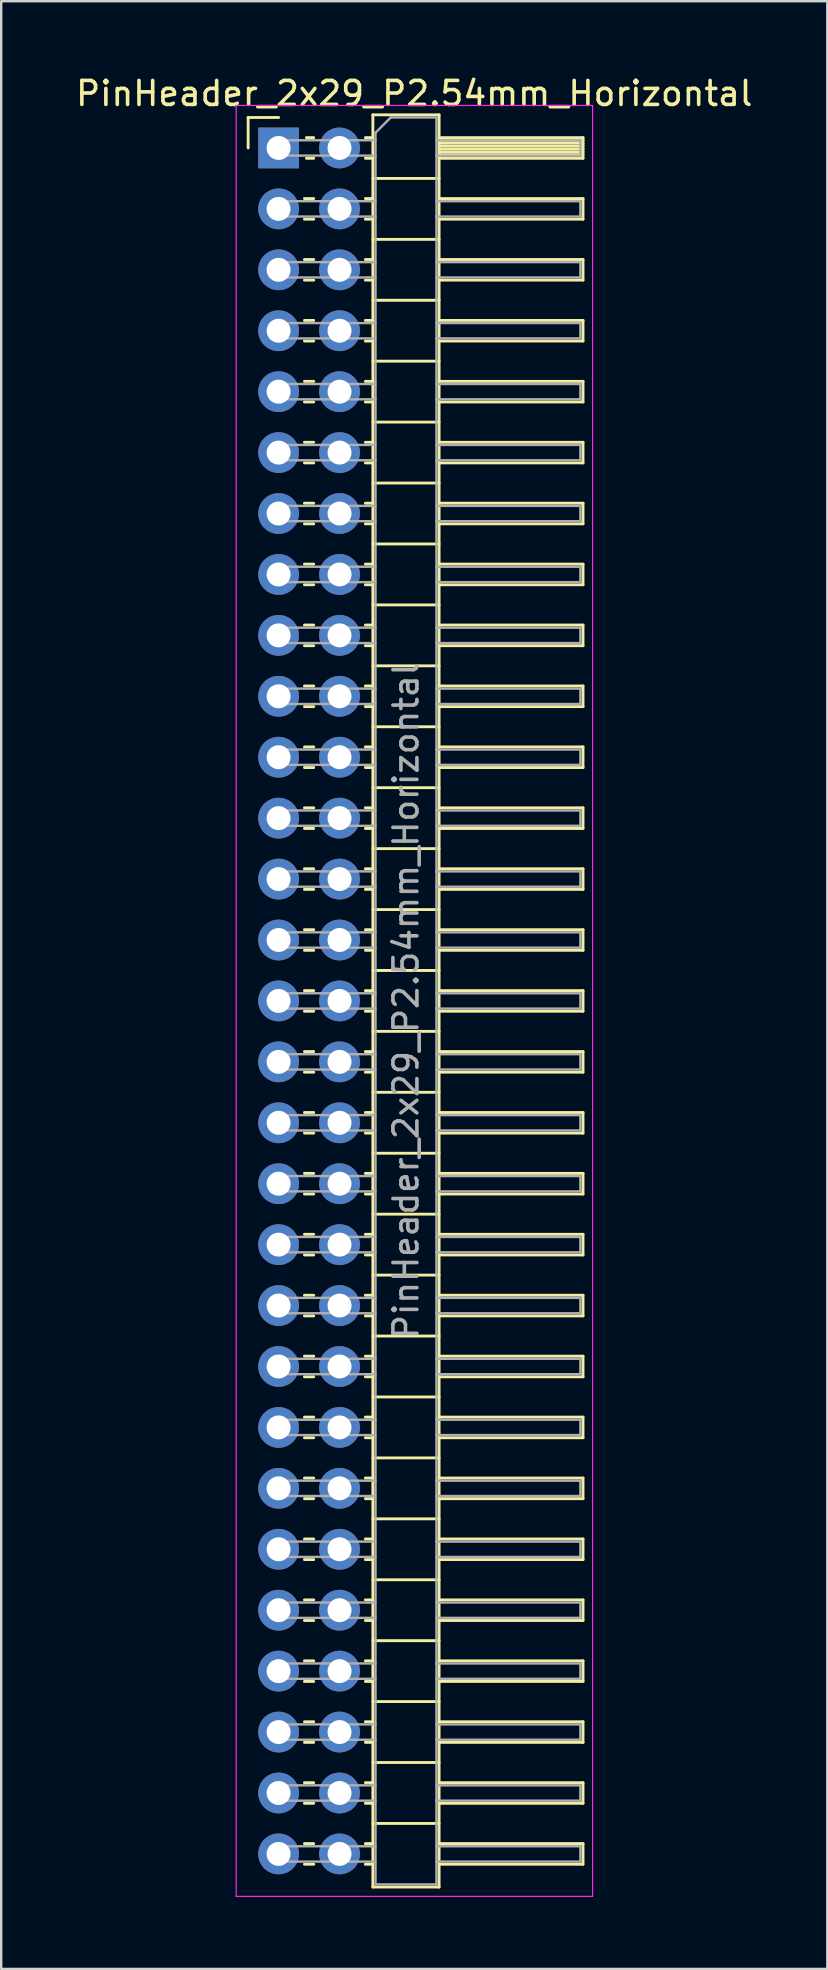
<source format=kicad_pcb>
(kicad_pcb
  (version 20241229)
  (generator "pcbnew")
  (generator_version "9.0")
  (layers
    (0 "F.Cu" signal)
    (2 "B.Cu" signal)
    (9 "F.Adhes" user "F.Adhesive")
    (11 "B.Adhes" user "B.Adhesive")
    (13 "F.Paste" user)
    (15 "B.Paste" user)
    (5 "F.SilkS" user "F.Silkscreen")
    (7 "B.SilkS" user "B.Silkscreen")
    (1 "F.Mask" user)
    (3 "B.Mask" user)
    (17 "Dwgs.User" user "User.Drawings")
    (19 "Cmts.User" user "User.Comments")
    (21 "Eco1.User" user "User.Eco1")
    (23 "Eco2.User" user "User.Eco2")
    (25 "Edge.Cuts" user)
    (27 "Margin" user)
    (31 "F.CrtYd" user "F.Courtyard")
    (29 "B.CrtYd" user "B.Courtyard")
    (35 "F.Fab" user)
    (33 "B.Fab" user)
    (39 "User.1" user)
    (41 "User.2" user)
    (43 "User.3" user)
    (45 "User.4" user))
  (footprint "PinHeader_2x29_P2.54mm_Horizontal"
    (layer "F.Cu")
    (at 8.565 3.118)
    (property "Reference" "PinHeader_2x29_P2.54mm_Horizontal" (at 5.655 -2.27 0) (layer "F.SilkS") (effects (font (size 1 1) (thickness 0.15))))
    (attr through_hole)
    (fp_line (start -1.27 -1.27) (end 0 -1.27) (stroke (width 0.12) (type solid)) (layer "F.SilkS"))
    (fp_line (start -1.27 0) (end -1.27 -1.27) (stroke (width 0.12) (type solid)) (layer "F.SilkS"))
    (fp_line (start 1.077 2.11) (end 1.463 2.11) (stroke (width 0.12) (type solid)) (layer "F.SilkS"))
    (fp_line (start 1.077 2.97) (end 1.463 2.97) (stroke (width 0.12) (type solid)) (layer "F.SilkS"))
    (fp_line (start 1.077 4.65) (end 1.463 4.65) (stroke (width 0.12) (type solid)) (layer "F.SilkS"))
    (fp_line (start 1.077 5.51) (end 1.463 5.51) (stroke (width 0.12) (type solid)) (layer "F.SilkS"))
    (fp_line (start 1.077 7.19) (end 1.463 7.19) (stroke (width 0.12) (type solid)) (layer "F.SilkS"))
    (fp_line (start 1.077 8.05) (end 1.463 8.05) (stroke (width 0.12) (type solid)) (layer "F.SilkS"))
    (fp_line (start 1.077 9.73) (end 1.463 9.73) (stroke (width 0.12) (type solid)) (layer "F.SilkS"))
    (fp_line (start 1.077 10.59) (end 1.463 10.59) (stroke (width 0.12) (type solid)) (layer "F.SilkS"))
    (fp_line (start 1.077 12.27) (end 1.463 12.27) (stroke (width 0.12) (type solid)) (layer "F.SilkS"))
    (fp_line (start 1.077 13.13) (end 1.463 13.13) (stroke (width 0.12) (type solid)) (layer "F.SilkS"))
    (fp_line (start 1.077 14.81) (end 1.463 14.81) (stroke (width 0.12) (type solid)) (layer "F.SilkS"))
    (fp_line (start 1.077 15.67) (end 1.463 15.67) (stroke (width 0.12) (type solid)) (layer "F.SilkS"))
    (fp_line (start 1.077 17.35) (end 1.463 17.35) (stroke (width 0.12) (type solid)) (layer "F.SilkS"))
    (fp_line (start 1.077 18.21) (end 1.463 18.21) (stroke (width 0.12) (type solid)) (layer "F.SilkS"))
    (fp_line (start 1.077 19.89) (end 1.463 19.89) (stroke (width 0.12) (type solid)) (layer "F.SilkS"))
    (fp_line (start 1.077 20.75) (end 1.463 20.75) (stroke (width 0.12) (type solid)) (layer "F.SilkS"))
    (fp_line (start 1.077 22.43) (end 1.463 22.43) (stroke (width 0.12) (type solid)) (layer "F.SilkS"))
    (fp_line (start 1.077 23.29) (end 1.463 23.29) (stroke (width 0.12) (type solid)) (layer "F.SilkS"))
    (fp_line (start 1.077 24.97) (end 1.463 24.97) (stroke (width 0.12) (type solid)) (layer "F.SilkS"))
    (fp_line (start 1.077 25.83) (end 1.463 25.83) (stroke (width 0.12) (type solid)) (layer "F.SilkS"))
    (fp_line (start 1.077 27.51) (end 1.463 27.51) (stroke (width 0.12) (type solid)) (layer "F.SilkS"))
    (fp_line (start 1.077 28.37) (end 1.463 28.37) (stroke (width 0.12) (type solid)) (layer "F.SilkS"))
    (fp_line (start 1.077 30.05) (end 1.463 30.05) (stroke (width 0.12) (type solid)) (layer "F.SilkS"))
    (fp_line (start 1.077 30.91) (end 1.463 30.91) (stroke (width 0.12) (type solid)) (layer "F.SilkS"))
    (fp_line (start 1.077 32.59) (end 1.463 32.59) (stroke (width 0.12) (type solid)) (layer "F.SilkS"))
    (fp_line (start 1.077 33.45) (end 1.463 33.45) (stroke (width 0.12) (type solid)) (layer "F.SilkS"))
    (fp_line (start 1.077 35.13) (end 1.463 35.13) (stroke (width 0.12) (type solid)) (layer "F.SilkS"))
    (fp_line (start 1.077 35.99) (end 1.463 35.99) (stroke (width 0.12) (type solid)) (layer "F.SilkS"))
    (fp_line (start 1.077 37.67) (end 1.463 37.67) (stroke (width 0.12) (type solid)) (layer "F.SilkS"))
    (fp_line (start 1.077 38.53) (end 1.463 38.53) (stroke (width 0.12) (type solid)) (layer "F.SilkS"))
    (fp_line (start 1.077 40.21) (end 1.463 40.21) (stroke (width 0.12) (type solid)) (layer "F.SilkS"))
    (fp_line (start 1.077 41.07) (end 1.463 41.07) (stroke (width 0.12) (type solid)) (layer "F.SilkS"))
    (fp_line (start 1.077 42.75) (end 1.463 42.75) (stroke (width 0.12) (type solid)) (layer "F.SilkS"))
    (fp_line (start 1.077 43.61) (end 1.463 43.61) (stroke (width 0.12) (type solid)) (layer "F.SilkS"))
    (fp_line (start 1.077 45.29) (end 1.463 45.29) (stroke (width 0.12) (type solid)) (layer "F.SilkS"))
    (fp_line (start 1.077 46.15) (end 1.463 46.15) (stroke (width 0.12) (type solid)) (layer "F.SilkS"))
    (fp_line (start 1.077 47.83) (end 1.463 47.83) (stroke (width 0.12) (type solid)) (layer "F.SilkS"))
    (fp_line (start 1.077 48.69) (end 1.463 48.69) (stroke (width 0.12) (type solid)) (layer "F.SilkS"))
    (fp_line (start 1.077 50.37) (end 1.463 50.37) (stroke (width 0.12) (type solid)) (layer "F.SilkS"))
    (fp_line (start 1.077 51.23) (end 1.463 51.23) (stroke (width 0.12) (type solid)) (layer "F.SilkS"))
    (fp_line (start 1.077 52.91) (end 1.463 52.91) (stroke (width 0.12) (type solid)) (layer "F.SilkS"))
    (fp_line (start 1.077 53.77) (end 1.463 53.77) (stroke (width 0.12) (type solid)) (layer "F.SilkS"))
    (fp_line (start 1.077 55.45) (end 1.463 55.45) (stroke (width 0.12) (type solid)) (layer "F.SilkS"))
    (fp_line (start 1.077 56.31) (end 1.463 56.31) (stroke (width 0.12) (type solid)) (layer "F.SilkS"))
    (fp_line (start 1.077 57.99) (end 1.463 57.99) (stroke (width 0.12) (type solid)) (layer "F.SilkS"))
    (fp_line (start 1.077 58.85) (end 1.463 58.85) (stroke (width 0.12) (type solid)) (layer "F.SilkS"))
    (fp_line (start 1.077 60.53) (end 1.463 60.53) (stroke (width 0.12) (type solid)) (layer "F.SilkS"))
    (fp_line (start 1.077 61.39) (end 1.463 61.39) (stroke (width 0.12) (type solid)) (layer "F.SilkS"))
    (fp_line (start 1.077 63.07) (end 1.463 63.07) (stroke (width 0.12) (type solid)) (layer "F.SilkS"))
    (fp_line (start 1.077 63.93) (end 1.463 63.93) (stroke (width 0.12) (type solid)) (layer "F.SilkS"))
    (fp_line (start 1.077 65.61) (end 1.463 65.61) (stroke (width 0.12) (type solid)) (layer "F.SilkS"))
    (fp_line (start 1.077 66.47) (end 1.463 66.47) (stroke (width 0.12) (type solid)) (layer "F.SilkS"))
    (fp_line (start 1.077 68.15) (end 1.463 68.15) (stroke (width 0.12) (type solid)) (layer "F.SilkS"))
    (fp_line (start 1.077 69.01) (end 1.463 69.01) (stroke (width 0.12) (type solid)) (layer "F.SilkS"))
    (fp_line (start 1.077 70.69) (end 1.463 70.69) (stroke (width 0.12) (type solid)) (layer "F.SilkS"))
    (fp_line (start 1.077 71.55) (end 1.463 71.55) (stroke (width 0.12) (type solid)) (layer "F.SilkS"))
    (fp_line (start 1.16 -0.43) (end 1.463 -0.43) (stroke (width 0.12) (type solid)) (layer "F.SilkS"))
    (fp_line (start 1.16 0.43) (end 1.463 0.43) (stroke (width 0.12) (type solid)) (layer "F.SilkS"))
    (fp_line (start 3.617 -0.43) (end 3.93 -0.43) (stroke (width 0.12) (type solid)) (layer "F.SilkS"))
    (fp_line (start 3.617 0.43) (end 3.93 0.43) (stroke (width 0.12) (type solid)) (layer "F.SilkS"))
    (fp_line (start 3.617 2.11) (end 3.93 2.11) (stroke (width 0.12) (type solid)) (layer "F.SilkS"))
    (fp_line (start 3.617 2.97) (end 3.93 2.97) (stroke (width 0.12) (type solid)) (layer "F.SilkS"))
    (fp_line (start 3.617 4.65) (end 3.93 4.65) (stroke (width 0.12) (type solid)) (layer "F.SilkS"))
    (fp_line (start 3.617 5.51) (end 3.93 5.51) (stroke (width 0.12) (type solid)) (layer "F.SilkS"))
    (fp_line (start 3.617 7.19) (end 3.93 7.19) (stroke (width 0.12) (type solid)) (layer "F.SilkS"))
    (fp_line (start 3.617 8.05) (end 3.93 8.05) (stroke (width 0.12) (type solid)) (layer "F.SilkS"))
    (fp_line (start 3.617 9.73) (end 3.93 9.73) (stroke (width 0.12) (type solid)) (layer "F.SilkS"))
    (fp_line (start 3.617 10.59) (end 3.93 10.59) (stroke (width 0.12) (type solid)) (layer "F.SilkS"))
    (fp_line (start 3.617 12.27) (end 3.93 12.27) (stroke (width 0.12) (type solid)) (layer "F.SilkS"))
    (fp_line (start 3.617 13.13) (end 3.93 13.13) (stroke (width 0.12) (type solid)) (layer "F.SilkS"))
    (fp_line (start 3.617 14.81) (end 3.93 14.81) (stroke (width 0.12) (type solid)) (layer "F.SilkS"))
    (fp_line (start 3.617 15.67) (end 3.93 15.67) (stroke (width 0.12) (type solid)) (layer "F.SilkS"))
    (fp_line (start 3.617 17.35) (end 3.93 17.35) (stroke (width 0.12) (type solid)) (layer "F.SilkS"))
    (fp_line (start 3.617 18.21) (end 3.93 18.21) (stroke (width 0.12) (type solid)) (layer "F.SilkS"))
    (fp_line (start 3.617 19.89) (end 3.93 19.89) (stroke (width 0.12) (type solid)) (layer "F.SilkS"))
    (fp_line (start 3.617 20.75) (end 3.93 20.75) (stroke (width 0.12) (type solid)) (layer "F.SilkS"))
    (fp_line (start 3.617 22.43) (end 3.93 22.43) (stroke (width 0.12) (type solid)) (layer "F.SilkS"))
    (fp_line (start 3.617 23.29) (end 3.93 23.29) (stroke (width 0.12) (type solid)) (layer "F.SilkS"))
    (fp_line (start 3.617 24.97) (end 3.93 24.97) (stroke (width 0.12) (type solid)) (layer "F.SilkS"))
    (fp_line (start 3.617 25.83) (end 3.93 25.83) (stroke (width 0.12) (type solid)) (layer "F.SilkS"))
    (fp_line (start 3.617 27.51) (end 3.93 27.51) (stroke (width 0.12) (type solid)) (layer "F.SilkS"))
    (fp_line (start 3.617 28.37) (end 3.93 28.37) (stroke (width 0.12) (type solid)) (layer "F.SilkS"))
    (fp_line (start 3.617 30.05) (end 3.93 30.05) (stroke (width 0.12) (type solid)) (layer "F.SilkS"))
    (fp_line (start 3.617 30.91) (end 3.93 30.91) (stroke (width 0.12) (type solid)) (layer "F.SilkS"))
    (fp_line (start 3.617 32.59) (end 3.93 32.59) (stroke (width 0.12) (type solid)) (layer "F.SilkS"))
    (fp_line (start 3.617 33.45) (end 3.93 33.45) (stroke (width 0.12) (type solid)) (layer "F.SilkS"))
    (fp_line (start 3.617 35.13) (end 3.93 35.13) (stroke (width 0.12) (type solid)) (layer "F.SilkS"))
    (fp_line (start 3.617 35.99) (end 3.93 35.99) (stroke (width 0.12) (type solid)) (layer "F.SilkS"))
    (fp_line (start 3.617 37.67) (end 3.93 37.67) (stroke (width 0.12) (type solid)) (layer "F.SilkS"))
    (fp_line (start 3.617 38.53) (end 3.93 38.53) (stroke (width 0.12) (type solid)) (layer "F.SilkS"))
    (fp_line (start 3.617 40.21) (end 3.93 40.21) (stroke (width 0.12) (type solid)) (layer "F.SilkS"))
    (fp_line (start 3.617 41.07) (end 3.93 41.07) (stroke (width 0.12) (type solid)) (layer "F.SilkS"))
    (fp_line (start 3.617 42.75) (end 3.93 42.75) (stroke (width 0.12) (type solid)) (layer "F.SilkS"))
    (fp_line (start 3.617 43.61) (end 3.93 43.61) (stroke (width 0.12) (type solid)) (layer "F.SilkS"))
    (fp_line (start 3.617 45.29) (end 3.93 45.29) (stroke (width 0.12) (type solid)) (layer "F.SilkS"))
    (fp_line (start 3.617 46.15) (end 3.93 46.15) (stroke (width 0.12) (type solid)) (layer "F.SilkS"))
    (fp_line (start 3.617 47.83) (end 3.93 47.83) (stroke (width 0.12) (type solid)) (layer "F.SilkS"))
    (fp_line (start 3.617 48.69) (end 3.93 48.69) (stroke (width 0.12) (type solid)) (layer "F.SilkS"))
    (fp_line (start 3.617 50.37) (end 3.93 50.37) (stroke (width 0.12) (type solid)) (layer "F.SilkS"))
    (fp_line (start 3.617 51.23) (end 3.93 51.23) (stroke (width 0.12) (type solid)) (layer "F.SilkS"))
    (fp_line (start 3.617 52.91) (end 3.93 52.91) (stroke (width 0.12) (type solid)) (layer "F.SilkS"))
    (fp_line (start 3.617 53.77) (end 3.93 53.77) (stroke (width 0.12) (type solid)) (layer "F.SilkS"))
    (fp_line (start 3.617 55.45) (end 3.93 55.45) (stroke (width 0.12) (type solid)) (layer "F.SilkS"))
    (fp_line (start 3.617 56.31) (end 3.93 56.31) (stroke (width 0.12) (type solid)) (layer "F.SilkS"))
    (fp_line (start 3.617 57.99) (end 3.93 57.99) (stroke (width 0.12) (type solid)) (layer "F.SilkS"))
    (fp_line (start 3.617 58.85) (end 3.93 58.85) (stroke (width 0.12) (type solid)) (layer "F.SilkS"))
    (fp_line (start 3.617 60.53) (end 3.93 60.53) (stroke (width 0.12) (type solid)) (layer "F.SilkS"))
    (fp_line (start 3.617 61.39) (end 3.93 61.39) (stroke (width 0.12) (type solid)) (layer "F.SilkS"))
    (fp_line (start 3.617 63.07) (end 3.93 63.07) (stroke (width 0.12) (type solid)) (layer "F.SilkS"))
    (fp_line (start 3.617 63.93) (end 3.93 63.93) (stroke (width 0.12) (type solid)) (layer "F.SilkS"))
    (fp_line (start 3.617 65.61) (end 3.93 65.61) (stroke (width 0.12) (type solid)) (layer "F.SilkS"))
    (fp_line (start 3.617 66.47) (end 3.93 66.47) (stroke (width 0.12) (type solid)) (layer "F.SilkS"))
    (fp_line (start 3.617 68.15) (end 3.93 68.15) (stroke (width 0.12) (type solid)) (layer "F.SilkS"))
    (fp_line (start 3.617 69.01) (end 3.93 69.01) (stroke (width 0.12) (type solid)) (layer "F.SilkS"))
    (fp_line (start 3.617 70.69) (end 3.93 70.69) (stroke (width 0.12) (type solid)) (layer "F.SilkS"))
    (fp_line (start 3.617 71.55) (end 3.93 71.55) (stroke (width 0.12) (type solid)) (layer "F.SilkS"))
    (fp_line (start 3.93 -1.38) (end 3.93 72.5) (stroke (width 0.12) (type solid)) (layer "F.SilkS"))
    (fp_line (start 3.93 1.27) (end 6.69 1.27) (stroke (width 0.12) (type solid)) (layer "F.SilkS"))
    (fp_line (start 3.93 3.81) (end 6.69 3.81) (stroke (width 0.12) (type solid)) (layer "F.SilkS"))
    (fp_line (start 3.93 6.35) (end 6.69 6.35) (stroke (width 0.12) (type solid)) (layer "F.SilkS"))
    (fp_line (start 3.93 8.89) (end 6.69 8.89) (stroke (width 0.12) (type solid)) (layer "F.SilkS"))
    (fp_line (start 3.93 11.43) (end 6.69 11.43) (stroke (width 0.12) (type solid)) (layer "F.SilkS"))
    (fp_line (start 3.93 13.97) (end 6.69 13.97) (stroke (width 0.12) (type solid)) (layer "F.SilkS"))
    (fp_line (start 3.93 16.51) (end 6.69 16.51) (stroke (width 0.12) (type solid)) (layer "F.SilkS"))
    (fp_line (start 3.93 19.05) (end 6.69 19.05) (stroke (width 0.12) (type solid)) (layer "F.SilkS"))
    (fp_line (start 3.93 21.59) (end 6.69 21.59) (stroke (width 0.12) (type solid)) (layer "F.SilkS"))
    (fp_line (start 3.93 24.13) (end 6.69 24.13) (stroke (width 0.12) (type solid)) (layer "F.SilkS"))
    (fp_line (start 3.93 26.67) (end 6.69 26.67) (stroke (width 0.12) (type solid)) (layer "F.SilkS"))
    (fp_line (start 3.93 29.21) (end 6.69 29.21) (stroke (width 0.12) (type solid)) (layer "F.SilkS"))
    (fp_line (start 3.93 31.75) (end 6.69 31.75) (stroke (width 0.12) (type solid)) (layer "F.SilkS"))
    (fp_line (start 3.93 34.29) (end 6.69 34.29) (stroke (width 0.12) (type solid)) (layer "F.SilkS"))
    (fp_line (start 3.93 36.83) (end 6.69 36.83) (stroke (width 0.12) (type solid)) (layer "F.SilkS"))
    (fp_line (start 3.93 39.37) (end 6.69 39.37) (stroke (width 0.12) (type solid)) (layer "F.SilkS"))
    (fp_line (start 3.93 41.91) (end 6.69 41.91) (stroke (width 0.12) (type solid)) (layer "F.SilkS"))
    (fp_line (start 3.93 44.45) (end 6.69 44.45) (stroke (width 0.12) (type solid)) (layer "F.SilkS"))
    (fp_line (start 3.93 46.99) (end 6.69 46.99) (stroke (width 0.12) (type solid)) (layer "F.SilkS"))
    (fp_line (start 3.93 49.53) (end 6.69 49.53) (stroke (width 0.12) (type solid)) (layer "F.SilkS"))
    (fp_line (start 3.93 52.07) (end 6.69 52.07) (stroke (width 0.12) (type solid)) (layer "F.SilkS"))
    (fp_line (start 3.93 54.61) (end 6.69 54.61) (stroke (width 0.12) (type solid)) (layer "F.SilkS"))
    (fp_line (start 3.93 57.15) (end 6.69 57.15) (stroke (width 0.12) (type solid)) (layer "F.SilkS"))
    (fp_line (start 3.93 59.69) (end 6.69 59.69) (stroke (width 0.12) (type solid)) (layer "F.SilkS"))
    (fp_line (start 3.93 62.23) (end 6.69 62.23) (stroke (width 0.12) (type solid)) (layer "F.SilkS"))
    (fp_line (start 3.93 64.77) (end 6.69 64.77) (stroke (width 0.12) (type solid)) (layer "F.SilkS"))
    (fp_line (start 3.93 67.31) (end 6.69 67.31) (stroke (width 0.12) (type solid)) (layer "F.SilkS"))
    (fp_line (start 3.93 69.85) (end 6.69 69.85) (stroke (width 0.12) (type solid)) (layer "F.SilkS"))
    (fp_line (start 3.93 72.5) (end 6.69 72.5) (stroke (width 0.12) (type solid)) (layer "F.SilkS"))
    (fp_line (start 6.69 -1.38) (end 3.93 -1.38) (stroke (width 0.12) (type solid)) (layer "F.SilkS"))
    (fp_line (start 6.69 -0.43) (end 12.69 -0.43) (stroke (width 0.12) (type solid)) (layer "F.SilkS"))
    (fp_line (start 6.69 -0.32) (end 12.69 -0.32) (stroke (width 0.12) (type solid)) (layer "F.SilkS"))
    (fp_line (start 6.69 -0.2) (end 12.69 -0.2) (stroke (width 0.12) (type solid)) (layer "F.SilkS"))
    (fp_line (start 6.69 -0.08) (end 12.69 -0.08) (stroke (width 0.12) (type solid)) (layer "F.SilkS"))
    (fp_line (start 6.69 0.04) (end 12.69 0.04) (stroke (width 0.12) (type solid)) (layer "F.SilkS"))
    (fp_line (start 6.69 0.16) (end 12.69 0.16) (stroke (width 0.12) (type solid)) (layer "F.SilkS"))
    (fp_line (start 6.69 0.28) (end 12.69 0.28) (stroke (width 0.12) (type solid)) (layer "F.SilkS"))
    (fp_line (start 6.69 2.11) (end 12.69 2.11) (stroke (width 0.12) (type solid)) (layer "F.SilkS"))
    (fp_line (start 6.69 4.65) (end 12.69 4.65) (stroke (width 0.12) (type solid)) (layer "F.SilkS"))
    (fp_line (start 6.69 7.19) (end 12.69 7.19) (stroke (width 0.12) (type solid)) (layer "F.SilkS"))
    (fp_line (start 6.69 9.73) (end 12.69 9.73) (stroke (width 0.12) (type solid)) (layer "F.SilkS"))
    (fp_line (start 6.69 12.27) (end 12.69 12.27) (stroke (width 0.12) (type solid)) (layer "F.SilkS"))
    (fp_line (start 6.69 14.81) (end 12.69 14.81) (stroke (width 0.12) (type solid)) (layer "F.SilkS"))
    (fp_line (start 6.69 17.35) (end 12.69 17.35) (stroke (width 0.12) (type solid)) (layer "F.SilkS"))
    (fp_line (start 6.69 19.89) (end 12.69 19.89) (stroke (width 0.12) (type solid)) (layer "F.SilkS"))
    (fp_line (start 6.69 22.43) (end 12.69 22.43) (stroke (width 0.12) (type solid)) (layer "F.SilkS"))
    (fp_line (start 6.69 24.97) (end 12.69 24.97) (stroke (width 0.12) (type solid)) (layer "F.SilkS"))
    (fp_line (start 6.69 27.51) (end 12.69 27.51) (stroke (width 0.12) (type solid)) (layer "F.SilkS"))
    (fp_line (start 6.69 30.05) (end 12.69 30.05) (stroke (width 0.12) (type solid)) (layer "F.SilkS"))
    (fp_line (start 6.69 32.59) (end 12.69 32.59) (stroke (width 0.12) (type solid)) (layer "F.SilkS"))
    (fp_line (start 6.69 35.13) (end 12.69 35.13) (stroke (width 0.12) (type solid)) (layer "F.SilkS"))
    (fp_line (start 6.69 37.67) (end 12.69 37.67) (stroke (width 0.12) (type solid)) (layer "F.SilkS"))
    (fp_line (start 6.69 40.21) (end 12.69 40.21) (stroke (width 0.12) (type solid)) (layer "F.SilkS"))
    (fp_line (start 6.69 42.75) (end 12.69 42.75) (stroke (width 0.12) (type solid)) (layer "F.SilkS"))
    (fp_line (start 6.69 45.29) (end 12.69 45.29) (stroke (width 0.12) (type solid)) (layer "F.SilkS"))
    (fp_line (start 6.69 47.83) (end 12.69 47.83) (stroke (width 0.12) (type solid)) (layer "F.SilkS"))
    (fp_line (start 6.69 50.37) (end 12.69 50.37) (stroke (width 0.12) (type solid)) (layer "F.SilkS"))
    (fp_line (start 6.69 52.91) (end 12.69 52.91) (stroke (width 0.12) (type solid)) (layer "F.SilkS"))
    (fp_line (start 6.69 55.45) (end 12.69 55.45) (stroke (width 0.12) (type solid)) (layer "F.SilkS"))
    (fp_line (start 6.69 57.99) (end 12.69 57.99) (stroke (width 0.12) (type solid)) (layer "F.SilkS"))
    (fp_line (start 6.69 60.53) (end 12.69 60.53) (stroke (width 0.12) (type solid)) (layer "F.SilkS"))
    (fp_line (start 6.69 63.07) (end 12.69 63.07) (stroke (width 0.12) (type solid)) (layer "F.SilkS"))
    (fp_line (start 6.69 65.61) (end 12.69 65.61) (stroke (width 0.12) (type solid)) (layer "F.SilkS"))
    (fp_line (start 6.69 68.15) (end 12.69 68.15) (stroke (width 0.12) (type solid)) (layer "F.SilkS"))
    (fp_line (start 6.69 70.69) (end 12.69 70.69) (stroke (width 0.12) (type solid)) (layer "F.SilkS"))
    (fp_line (start 6.69 72.5) (end 6.69 -1.38) (stroke (width 0.12) (type solid)) (layer "F.SilkS"))
    (fp_line (start 12.69 -0.43) (end 12.69 0.43) (stroke (width 0.12) (type solid)) (layer "F.SilkS"))
    (fp_line (start 12.69 0.43) (end 6.69 0.43) (stroke (width 0.12) (type solid)) (layer "F.SilkS"))
    (fp_line (start 12.69 2.11) (end 12.69 2.97) (stroke (width 0.12) (type solid)) (layer "F.SilkS"))
    (fp_line (start 12.69 2.97) (end 6.69 2.97) (stroke (width 0.12) (type solid)) (layer "F.SilkS"))
    (fp_line (start 12.69 4.65) (end 12.69 5.51) (stroke (width 0.12) (type solid)) (layer "F.SilkS"))
    (fp_line (start 12.69 5.51) (end 6.69 5.51) (stroke (width 0.12) (type solid)) (layer "F.SilkS"))
    (fp_line (start 12.69 7.19) (end 12.69 8.05) (stroke (width 0.12) (type solid)) (layer "F.SilkS"))
    (fp_line (start 12.69 8.05) (end 6.69 8.05) (stroke (width 0.12) (type solid)) (layer "F.SilkS"))
    (fp_line (start 12.69 9.73) (end 12.69 10.59) (stroke (width 0.12) (type solid)) (layer "F.SilkS"))
    (fp_line (start 12.69 10.59) (end 6.69 10.59) (stroke (width 0.12) (type solid)) (layer "F.SilkS"))
    (fp_line (start 12.69 12.27) (end 12.69 13.13) (stroke (width 0.12) (type solid)) (layer "F.SilkS"))
    (fp_line (start 12.69 13.13) (end 6.69 13.13) (stroke (width 0.12) (type solid)) (layer "F.SilkS"))
    (fp_line (start 12.69 14.81) (end 12.69 15.67) (stroke (width 0.12) (type solid)) (layer "F.SilkS"))
    (fp_line (start 12.69 15.67) (end 6.69 15.67) (stroke (width 0.12) (type solid)) (layer "F.SilkS"))
    (fp_line (start 12.69 17.35) (end 12.69 18.21) (stroke (width 0.12) (type solid)) (layer "F.SilkS"))
    (fp_line (start 12.69 18.21) (end 6.69 18.21) (stroke (width 0.12) (type solid)) (layer "F.SilkS"))
    (fp_line (start 12.69 19.89) (end 12.69 20.75) (stroke (width 0.12) (type solid)) (layer "F.SilkS"))
    (fp_line (start 12.69 20.75) (end 6.69 20.75) (stroke (width 0.12) (type solid)) (layer "F.SilkS"))
    (fp_line (start 12.69 22.43) (end 12.69 23.29) (stroke (width 0.12) (type solid)) (layer "F.SilkS"))
    (fp_line (start 12.69 23.29) (end 6.69 23.29) (stroke (width 0.12) (type solid)) (layer "F.SilkS"))
    (fp_line (start 12.69 24.97) (end 12.69 25.83) (stroke (width 0.12) (type solid)) (layer "F.SilkS"))
    (fp_line (start 12.69 25.83) (end 6.69 25.83) (stroke (width 0.12) (type solid)) (layer "F.SilkS"))
    (fp_line (start 12.69 27.51) (end 12.69 28.37) (stroke (width 0.12) (type solid)) (layer "F.SilkS"))
    (fp_line (start 12.69 28.37) (end 6.69 28.37) (stroke (width 0.12) (type solid)) (layer "F.SilkS"))
    (fp_line (start 12.69 30.05) (end 12.69 30.91) (stroke (width 0.12) (type solid)) (layer "F.SilkS"))
    (fp_line (start 12.69 30.91) (end 6.69 30.91) (stroke (width 0.12) (type solid)) (layer "F.SilkS"))
    (fp_line (start 12.69 32.59) (end 12.69 33.45) (stroke (width 0.12) (type solid)) (layer "F.SilkS"))
    (fp_line (start 12.69 33.45) (end 6.69 33.45) (stroke (width 0.12) (type solid)) (layer "F.SilkS"))
    (fp_line (start 12.69 35.13) (end 12.69 35.99) (stroke (width 0.12) (type solid)) (layer "F.SilkS"))
    (fp_line (start 12.69 35.99) (end 6.69 35.99) (stroke (width 0.12) (type solid)) (layer "F.SilkS"))
    (fp_line (start 12.69 37.67) (end 12.69 38.53) (stroke (width 0.12) (type solid)) (layer "F.SilkS"))
    (fp_line (start 12.69 38.53) (end 6.69 38.53) (stroke (width 0.12) (type solid)) (layer "F.SilkS"))
    (fp_line (start 12.69 40.21) (end 12.69 41.07) (stroke (width 0.12) (type solid)) (layer "F.SilkS"))
    (fp_line (start 12.69 41.07) (end 6.69 41.07) (stroke (width 0.12) (type solid)) (layer "F.SilkS"))
    (fp_line (start 12.69 42.75) (end 12.69 43.61) (stroke (width 0.12) (type solid)) (layer "F.SilkS"))
    (fp_line (start 12.69 43.61) (end 6.69 43.61) (stroke (width 0.12) (type solid)) (layer "F.SilkS"))
    (fp_line (start 12.69 45.29) (end 12.69 46.15) (stroke (width 0.12) (type solid)) (layer "F.SilkS"))
    (fp_line (start 12.69 46.15) (end 6.69 46.15) (stroke (width 0.12) (type solid)) (layer "F.SilkS"))
    (fp_line (start 12.69 47.83) (end 12.69 48.69) (stroke (width 0.12) (type solid)) (layer "F.SilkS"))
    (fp_line (start 12.69 48.69) (end 6.69 48.69) (stroke (width 0.12) (type solid)) (layer "F.SilkS"))
    (fp_line (start 12.69 50.37) (end 12.69 51.23) (stroke (width 0.12) (type solid)) (layer "F.SilkS"))
    (fp_line (start 12.69 51.23) (end 6.69 51.23) (stroke (width 0.12) (type solid)) (layer "F.SilkS"))
    (fp_line (start 12.69 52.91) (end 12.69 53.77) (stroke (width 0.12) (type solid)) (layer "F.SilkS"))
    (fp_line (start 12.69 53.77) (end 6.69 53.77) (stroke (width 0.12) (type solid)) (layer "F.SilkS"))
    (fp_line (start 12.69 55.45) (end 12.69 56.31) (stroke (width 0.12) (type solid)) (layer "F.SilkS"))
    (fp_line (start 12.69 56.31) (end 6.69 56.31) (stroke (width 0.12) (type solid)) (layer "F.SilkS"))
    (fp_line (start 12.69 57.99) (end 12.69 58.85) (stroke (width 0.12) (type solid)) (layer "F.SilkS"))
    (fp_line (start 12.69 58.85) (end 6.69 58.85) (stroke (width 0.12) (type solid)) (layer "F.SilkS"))
    (fp_line (start 12.69 60.53) (end 12.69 61.39) (stroke (width 0.12) (type solid)) (layer "F.SilkS"))
    (fp_line (start 12.69 61.39) (end 6.69 61.39) (stroke (width 0.12) (type solid)) (layer "F.SilkS"))
    (fp_line (start 12.69 63.07) (end 12.69 63.93) (stroke (width 0.12) (type solid)) (layer "F.SilkS"))
    (fp_line (start 12.69 63.93) (end 6.69 63.93) (stroke (width 0.12) (type solid)) (layer "F.SilkS"))
    (fp_line (start 12.69 65.61) (end 12.69 66.47) (stroke (width 0.12) (type solid)) (layer "F.SilkS"))
    (fp_line (start 12.69 66.47) (end 6.69 66.47) (stroke (width 0.12) (type solid)) (layer "F.SilkS"))
    (fp_line (start 12.69 68.15) (end 12.69 69.01) (stroke (width 0.12) (type solid)) (layer "F.SilkS"))
    (fp_line (start 12.69 69.01) (end 6.69 69.01) (stroke (width 0.12) (type solid)) (layer "F.SilkS"))
    (fp_line (start 12.69 70.69) (end 12.69 71.55) (stroke (width 0.12) (type solid)) (layer "F.SilkS"))
    (fp_line (start 12.69 71.55) (end 6.69 71.55) (stroke (width 0.12) (type solid)) (layer "F.SilkS"))
    (fp_line (start -1.77 -1.77) (end -1.77 72.89) (stroke (width 0.05) (type solid)) (layer "F.CrtYd"))
    (fp_line (start -1.77 72.89) (end 13.09 72.89) (stroke (width 0.05) (type solid)) (layer "F.CrtYd"))
    (fp_line (start 13.09 -1.77) (end -1.77 -1.77) (stroke (width 0.05) (type solid)) (layer "F.CrtYd"))
    (fp_line (start 13.09 72.89) (end 13.09 -1.77) (stroke (width 0.05) (type solid)) (layer "F.CrtYd"))
    (fp_line (start -0.32 -0.32) (end -0.32 0.32) (stroke (width 0.1) (type solid)) (layer "F.Fab"))
    (fp_line (start -0.32 -0.32) (end 4.04 -0.32) (stroke (width 0.1) (type solid)) (layer "F.Fab"))
    (fp_line (start -0.32 0.32) (end 4.04 0.32) (stroke (width 0.1) (type solid)) (layer "F.Fab"))
    (fp_line (start -0.32 2.22) (end -0.32 2.86) (stroke (width 0.1) (type solid)) (layer "F.Fab"))
    (fp_line (start -0.32 2.22) (end 4.04 2.22) (stroke (width 0.1) (type solid)) (layer "F.Fab"))
    (fp_line (start -0.32 2.86) (end 4.04 2.86) (stroke (width 0.1) (type solid)) (layer "F.Fab"))
    (fp_line (start -0.32 4.76) (end -0.32 5.4) (stroke (width 0.1) (type solid)) (layer "F.Fab"))
    (fp_line (start -0.32 4.76) (end 4.04 4.76) (stroke (width 0.1) (type solid)) (layer "F.Fab"))
    (fp_line (start -0.32 5.4) (end 4.04 5.4) (stroke (width 0.1) (type solid)) (layer "F.Fab"))
    (fp_line (start -0.32 7.3) (end -0.32 7.94) (stroke (width 0.1) (type solid)) (layer "F.Fab"))
    (fp_line (start -0.32 7.3) (end 4.04 7.3) (stroke (width 0.1) (type solid)) (layer "F.Fab"))
    (fp_line (start -0.32 7.94) (end 4.04 7.94) (stroke (width 0.1) (type solid)) (layer "F.Fab"))
    (fp_line (start -0.32 9.84) (end -0.32 10.48) (stroke (width 0.1) (type solid)) (layer "F.Fab"))
    (fp_line (start -0.32 9.84) (end 4.04 9.84) (stroke (width 0.1) (type solid)) (layer "F.Fab"))
    (fp_line (start -0.32 10.48) (end 4.04 10.48) (stroke (width 0.1) (type solid)) (layer "F.Fab"))
    (fp_line (start -0.32 12.38) (end -0.32 13.02) (stroke (width 0.1) (type solid)) (layer "F.Fab"))
    (fp_line (start -0.32 12.38) (end 4.04 12.38) (stroke (width 0.1) (type solid)) (layer "F.Fab"))
    (fp_line (start -0.32 13.02) (end 4.04 13.02) (stroke (width 0.1) (type solid)) (layer "F.Fab"))
    (fp_line (start -0.32 14.92) (end -0.32 15.56) (stroke (width 0.1) (type solid)) (layer "F.Fab"))
    (fp_line (start -0.32 14.92) (end 4.04 14.92) (stroke (width 0.1) (type solid)) (layer "F.Fab"))
    (fp_line (start -0.32 15.56) (end 4.04 15.56) (stroke (width 0.1) (type solid)) (layer "F.Fab"))
    (fp_line (start -0.32 17.46) (end -0.32 18.1) (stroke (width 0.1) (type solid)) (layer "F.Fab"))
    (fp_line (start -0.32 17.46) (end 4.04 17.46) (stroke (width 0.1) (type solid)) (layer "F.Fab"))
    (fp_line (start -0.32 18.1) (end 4.04 18.1) (stroke (width 0.1) (type solid)) (layer "F.Fab"))
    (fp_line (start -0.32 20) (end -0.32 20.64) (stroke (width 0.1) (type solid)) (layer "F.Fab"))
    (fp_line (start -0.32 20) (end 4.04 20) (stroke (width 0.1) (type solid)) (layer "F.Fab"))
    (fp_line (start -0.32 20.64) (end 4.04 20.64) (stroke (width 0.1) (type solid)) (layer "F.Fab"))
    (fp_line (start -0.32 22.54) (end -0.32 23.18) (stroke (width 0.1) (type solid)) (layer "F.Fab"))
    (fp_line (start -0.32 22.54) (end 4.04 22.54) (stroke (width 0.1) (type solid)) (layer "F.Fab"))
    (fp_line (start -0.32 23.18) (end 4.04 23.18) (stroke (width 0.1) (type solid)) (layer "F.Fab"))
    (fp_line (start -0.32 25.08) (end -0.32 25.72) (stroke (width 0.1) (type solid)) (layer "F.Fab"))
    (fp_line (start -0.32 25.08) (end 4.04 25.08) (stroke (width 0.1) (type solid)) (layer "F.Fab"))
    (fp_line (start -0.32 25.72) (end 4.04 25.72) (stroke (width 0.1) (type solid)) (layer "F.Fab"))
    (fp_line (start -0.32 27.62) (end -0.32 28.26) (stroke (width 0.1) (type solid)) (layer "F.Fab"))
    (fp_line (start -0.32 27.62) (end 4.04 27.62) (stroke (width 0.1) (type solid)) (layer "F.Fab"))
    (fp_line (start -0.32 28.26) (end 4.04 28.26) (stroke (width 0.1) (type solid)) (layer "F.Fab"))
    (fp_line (start -0.32 30.16) (end -0.32 30.8) (stroke (width 0.1) (type solid)) (layer "F.Fab"))
    (fp_line (start -0.32 30.16) (end 4.04 30.16) (stroke (width 0.1) (type solid)) (layer "F.Fab"))
    (fp_line (start -0.32 30.8) (end 4.04 30.8) (stroke (width 0.1) (type solid)) (layer "F.Fab"))
    (fp_line (start -0.32 32.7) (end -0.32 33.34) (stroke (width 0.1) (type solid)) (layer "F.Fab"))
    (fp_line (start -0.32 32.7) (end 4.04 32.7) (stroke (width 0.1) (type solid)) (layer "F.Fab"))
    (fp_line (start -0.32 33.34) (end 4.04 33.34) (stroke (width 0.1) (type solid)) (layer "F.Fab"))
    (fp_line (start -0.32 35.24) (end -0.32 35.88) (stroke (width 0.1) (type solid)) (layer "F.Fab"))
    (fp_line (start -0.32 35.24) (end 4.04 35.24) (stroke (width 0.1) (type solid)) (layer "F.Fab"))
    (fp_line (start -0.32 35.88) (end 4.04 35.88) (stroke (width 0.1) (type solid)) (layer "F.Fab"))
    (fp_line (start -0.32 37.78) (end -0.32 38.42) (stroke (width 0.1) (type solid)) (layer "F.Fab"))
    (fp_line (start -0.32 37.78) (end 4.04 37.78) (stroke (width 0.1) (type solid)) (layer "F.Fab"))
    (fp_line (start -0.32 38.42) (end 4.04 38.42) (stroke (width 0.1) (type solid)) (layer "F.Fab"))
    (fp_line (start -0.32 40.32) (end -0.32 40.96) (stroke (width 0.1) (type solid)) (layer "F.Fab"))
    (fp_line (start -0.32 40.32) (end 4.04 40.32) (stroke (width 0.1) (type solid)) (layer "F.Fab"))
    (fp_line (start -0.32 40.96) (end 4.04 40.96) (stroke (width 0.1) (type solid)) (layer "F.Fab"))
    (fp_line (start -0.32 42.86) (end -0.32 43.5) (stroke (width 0.1) (type solid)) (layer "F.Fab"))
    (fp_line (start -0.32 42.86) (end 4.04 42.86) (stroke (width 0.1) (type solid)) (layer "F.Fab"))
    (fp_line (start -0.32 43.5) (end 4.04 43.5) (stroke (width 0.1) (type solid)) (layer "F.Fab"))
    (fp_line (start -0.32 45.4) (end -0.32 46.04) (stroke (width 0.1) (type solid)) (layer "F.Fab"))
    (fp_line (start -0.32 45.4) (end 4.04 45.4) (stroke (width 0.1) (type solid)) (layer "F.Fab"))
    (fp_line (start -0.32 46.04) (end 4.04 46.04) (stroke (width 0.1) (type solid)) (layer "F.Fab"))
    (fp_line (start -0.32 47.94) (end -0.32 48.58) (stroke (width 0.1) (type solid)) (layer "F.Fab"))
    (fp_line (start -0.32 47.94) (end 4.04 47.94) (stroke (width 0.1) (type solid)) (layer "F.Fab"))
    (fp_line (start -0.32 48.58) (end 4.04 48.58) (stroke (width 0.1) (type solid)) (layer "F.Fab"))
    (fp_line (start -0.32 50.48) (end -0.32 51.12) (stroke (width 0.1) (type solid)) (layer "F.Fab"))
    (fp_line (start -0.32 50.48) (end 4.04 50.48) (stroke (width 0.1) (type solid)) (layer "F.Fab"))
    (fp_line (start -0.32 51.12) (end 4.04 51.12) (stroke (width 0.1) (type solid)) (layer "F.Fab"))
    (fp_line (start -0.32 53.02) (end -0.32 53.66) (stroke (width 0.1) (type solid)) (layer "F.Fab"))
    (fp_line (start -0.32 53.02) (end 4.04 53.02) (stroke (width 0.1) (type solid)) (layer "F.Fab"))
    (fp_line (start -0.32 53.66) (end 4.04 53.66) (stroke (width 0.1) (type solid)) (layer "F.Fab"))
    (fp_line (start -0.32 55.56) (end -0.32 56.2) (stroke (width 0.1) (type solid)) (layer "F.Fab"))
    (fp_line (start -0.32 55.56) (end 4.04 55.56) (stroke (width 0.1) (type solid)) (layer "F.Fab"))
    (fp_line (start -0.32 56.2) (end 4.04 56.2) (stroke (width 0.1) (type solid)) (layer "F.Fab"))
    (fp_line (start -0.32 58.1) (end -0.32 58.74) (stroke (width 0.1) (type solid)) (layer "F.Fab"))
    (fp_line (start -0.32 58.1) (end 4.04 58.1) (stroke (width 0.1) (type solid)) (layer "F.Fab"))
    (fp_line (start -0.32 58.74) (end 4.04 58.74) (stroke (width 0.1) (type solid)) (layer "F.Fab"))
    (fp_line (start -0.32 60.64) (end -0.32 61.28) (stroke (width 0.1) (type solid)) (layer "F.Fab"))
    (fp_line (start -0.32 60.64) (end 4.04 60.64) (stroke (width 0.1) (type solid)) (layer "F.Fab"))
    (fp_line (start -0.32 61.28) (end 4.04 61.28) (stroke (width 0.1) (type solid)) (layer "F.Fab"))
    (fp_line (start -0.32 63.18) (end -0.32 63.82) (stroke (width 0.1) (type solid)) (layer "F.Fab"))
    (fp_line (start -0.32 63.18) (end 4.04 63.18) (stroke (width 0.1) (type solid)) (layer "F.Fab"))
    (fp_line (start -0.32 63.82) (end 4.04 63.82) (stroke (width 0.1) (type solid)) (layer "F.Fab"))
    (fp_line (start -0.32 65.72) (end -0.32 66.36) (stroke (width 0.1) (type solid)) (layer "F.Fab"))
    (fp_line (start -0.32 65.72) (end 4.04 65.72) (stroke (width 0.1) (type solid)) (layer "F.Fab"))
    (fp_line (start -0.32 66.36) (end 4.04 66.36) (stroke (width 0.1) (type solid)) (layer "F.Fab"))
    (fp_line (start -0.32 68.26) (end -0.32 68.9) (stroke (width 0.1) (type solid)) (layer "F.Fab"))
    (fp_line (start -0.32 68.26) (end 4.04 68.26) (stroke (width 0.1) (type solid)) (layer "F.Fab"))
    (fp_line (start -0.32 68.9) (end 4.04 68.9) (stroke (width 0.1) (type solid)) (layer "F.Fab"))
    (fp_line (start -0.32 70.8) (end -0.32 71.44) (stroke (width 0.1) (type solid)) (layer "F.Fab"))
    (fp_line (start -0.32 70.8) (end 4.04 70.8) (stroke (width 0.1) (type solid)) (layer "F.Fab"))
    (fp_line (start -0.32 71.44) (end 4.04 71.44) (stroke (width 0.1) (type solid)) (layer "F.Fab"))
    (fp_line (start 4.04 -0.635) (end 4.675 -1.27) (stroke (width 0.1) (type solid)) (layer "F.Fab"))
    (fp_line (start 4.04 72.39) (end 4.04 -0.635) (stroke (width 0.1) (type solid)) (layer "F.Fab"))
    (fp_line (start 4.675 -1.27) (end 6.58 -1.27) (stroke (width 0.1) (type solid)) (layer "F.Fab"))
    (fp_line (start 6.58 -1.27) (end 6.58 72.39) (stroke (width 0.1) (type solid)) (layer "F.Fab"))
    (fp_line (start 6.58 -0.32) (end 12.58 -0.32) (stroke (width 0.1) (type solid)) (layer "F.Fab"))
    (fp_line (start 6.58 0.32) (end 12.58 0.32) (stroke (width 0.1) (type solid)) (layer "F.Fab"))
    (fp_line (start 6.58 2.22) (end 12.58 2.22) (stroke (width 0.1) (type solid)) (layer "F.Fab"))
    (fp_line (start 6.58 2.86) (end 12.58 2.86) (stroke (width 0.1) (type solid)) (layer "F.Fab"))
    (fp_line (start 6.58 4.76) (end 12.58 4.76) (stroke (width 0.1) (type solid)) (layer "F.Fab"))
    (fp_line (start 6.58 5.4) (end 12.58 5.4) (stroke (width 0.1) (type solid)) (layer "F.Fab"))
    (fp_line (start 6.58 7.3) (end 12.58 7.3) (stroke (width 0.1) (type solid)) (layer "F.Fab"))
    (fp_line (start 6.58 7.94) (end 12.58 7.94) (stroke (width 0.1) (type solid)) (layer "F.Fab"))
    (fp_line (start 6.58 9.84) (end 12.58 9.84) (stroke (width 0.1) (type solid)) (layer "F.Fab"))
    (fp_line (start 6.58 10.48) (end 12.58 10.48) (stroke (width 0.1) (type solid)) (layer "F.Fab"))
    (fp_line (start 6.58 12.38) (end 12.58 12.38) (stroke (width 0.1) (type solid)) (layer "F.Fab"))
    (fp_line (start 6.58 13.02) (end 12.58 13.02) (stroke (width 0.1) (type solid)) (layer "F.Fab"))
    (fp_line (start 6.58 14.92) (end 12.58 14.92) (stroke (width 0.1) (type solid)) (layer "F.Fab"))
    (fp_line (start 6.58 15.56) (end 12.58 15.56) (stroke (width 0.1) (type solid)) (layer "F.Fab"))
    (fp_line (start 6.58 17.46) (end 12.58 17.46) (stroke (width 0.1) (type solid)) (layer "F.Fab"))
    (fp_line (start 6.58 18.1) (end 12.58 18.1) (stroke (width 0.1) (type solid)) (layer "F.Fab"))
    (fp_line (start 6.58 20) (end 12.58 20) (stroke (width 0.1) (type solid)) (layer "F.Fab"))
    (fp_line (start 6.58 20.64) (end 12.58 20.64) (stroke (width 0.1) (type solid)) (layer "F.Fab"))
    (fp_line (start 6.58 22.54) (end 12.58 22.54) (stroke (width 0.1) (type solid)) (layer "F.Fab"))
    (fp_line (start 6.58 23.18) (end 12.58 23.18) (stroke (width 0.1) (type solid)) (layer "F.Fab"))
    (fp_line (start 6.58 25.08) (end 12.58 25.08) (stroke (width 0.1) (type solid)) (layer "F.Fab"))
    (fp_line (start 6.58 25.72) (end 12.58 25.72) (stroke (width 0.1) (type solid)) (layer "F.Fab"))
    (fp_line (start 6.58 27.62) (end 12.58 27.62) (stroke (width 0.1) (type solid)) (layer "F.Fab"))
    (fp_line (start 6.58 28.26) (end 12.58 28.26) (stroke (width 0.1) (type solid)) (layer "F.Fab"))
    (fp_line (start 6.58 30.16) (end 12.58 30.16) (stroke (width 0.1) (type solid)) (layer "F.Fab"))
    (fp_line (start 6.58 30.8) (end 12.58 30.8) (stroke (width 0.1) (type solid)) (layer "F.Fab"))
    (fp_line (start 6.58 32.7) (end 12.58 32.7) (stroke (width 0.1) (type solid)) (layer "F.Fab"))
    (fp_line (start 6.58 33.34) (end 12.58 33.34) (stroke (width 0.1) (type solid)) (layer "F.Fab"))
    (fp_line (start 6.58 35.24) (end 12.58 35.24) (stroke (width 0.1) (type solid)) (layer "F.Fab"))
    (fp_line (start 6.58 35.88) (end 12.58 35.88) (stroke (width 0.1) (type solid)) (layer "F.Fab"))
    (fp_line (start 6.58 37.78) (end 12.58 37.78) (stroke (width 0.1) (type solid)) (layer "F.Fab"))
    (fp_line (start 6.58 38.42) (end 12.58 38.42) (stroke (width 0.1) (type solid)) (layer "F.Fab"))
    (fp_line (start 6.58 40.32) (end 12.58 40.32) (stroke (width 0.1) (type solid)) (layer "F.Fab"))
    (fp_line (start 6.58 40.96) (end 12.58 40.96) (stroke (width 0.1) (type solid)) (layer "F.Fab"))
    (fp_line (start 6.58 42.86) (end 12.58 42.86) (stroke (width 0.1) (type solid)) (layer "F.Fab"))
    (fp_line (start 6.58 43.5) (end 12.58 43.5) (stroke (width 0.1) (type solid)) (layer "F.Fab"))
    (fp_line (start 6.58 45.4) (end 12.58 45.4) (stroke (width 0.1) (type solid)) (layer "F.Fab"))
    (fp_line (start 6.58 46.04) (end 12.58 46.04) (stroke (width 0.1) (type solid)) (layer "F.Fab"))
    (fp_line (start 6.58 47.94) (end 12.58 47.94) (stroke (width 0.1) (type solid)) (layer "F.Fab"))
    (fp_line (start 6.58 48.58) (end 12.58 48.58) (stroke (width 0.1) (type solid)) (layer "F.Fab"))
    (fp_line (start 6.58 50.48) (end 12.58 50.48) (stroke (width 0.1) (type solid)) (layer "F.Fab"))
    (fp_line (start 6.58 51.12) (end 12.58 51.12) (stroke (width 0.1) (type solid)) (layer "F.Fab"))
    (fp_line (start 6.58 53.02) (end 12.58 53.02) (stroke (width 0.1) (type solid)) (layer "F.Fab"))
    (fp_line (start 6.58 53.66) (end 12.58 53.66) (stroke (width 0.1) (type solid)) (layer "F.Fab"))
    (fp_line (start 6.58 55.56) (end 12.58 55.56) (stroke (width 0.1) (type solid)) (layer "F.Fab"))
    (fp_line (start 6.58 56.2) (end 12.58 56.2) (stroke (width 0.1) (type solid)) (layer "F.Fab"))
    (fp_line (start 6.58 58.1) (end 12.58 58.1) (stroke (width 0.1) (type solid)) (layer "F.Fab"))
    (fp_line (start 6.58 58.74) (end 12.58 58.74) (stroke (width 0.1) (type solid)) (layer "F.Fab"))
    (fp_line (start 6.58 60.64) (end 12.58 60.64) (stroke (width 0.1) (type solid)) (layer "F.Fab"))
    (fp_line (start 6.58 61.28) (end 12.58 61.28) (stroke (width 0.1) (type solid)) (layer "F.Fab"))
    (fp_line (start 6.58 63.18) (end 12.58 63.18) (stroke (width 0.1) (type solid)) (layer "F.Fab"))
    (fp_line (start 6.58 63.82) (end 12.58 63.82) (stroke (width 0.1) (type solid)) (layer "F.Fab"))
    (fp_line (start 6.58 65.72) (end 12.58 65.72) (stroke (width 0.1) (type solid)) (layer "F.Fab"))
    (fp_line (start 6.58 66.36) (end 12.58 66.36) (stroke (width 0.1) (type solid)) (layer "F.Fab"))
    (fp_line (start 6.58 68.26) (end 12.58 68.26) (stroke (width 0.1) (type solid)) (layer "F.Fab"))
    (fp_line (start 6.58 68.9) (end 12.58 68.9) (stroke (width 0.1) (type solid)) (layer "F.Fab"))
    (fp_line (start 6.58 70.8) (end 12.58 70.8) (stroke (width 0.1) (type solid)) (layer "F.Fab"))
    (fp_line (start 6.58 71.44) (end 12.58 71.44) (stroke (width 0.1) (type solid)) (layer "F.Fab"))
    (fp_line (start 6.58 72.39) (end 4.04 72.39) (stroke (width 0.1) (type solid)) (layer "F.Fab"))
    (fp_line (start 12.58 -0.32) (end 12.58 0.32) (stroke (width 0.1) (type solid)) (layer "F.Fab"))
    (fp_line (start 12.58 2.22) (end 12.58 2.86) (stroke (width 0.1) (type solid)) (layer "F.Fab"))
    (fp_line (start 12.58 4.76) (end 12.58 5.4) (stroke (width 0.1) (type solid)) (layer "F.Fab"))
    (fp_line (start 12.58 7.3) (end 12.58 7.94) (stroke (width 0.1) (type solid)) (layer "F.Fab"))
    (fp_line (start 12.58 9.84) (end 12.58 10.48) (stroke (width 0.1) (type solid)) (layer "F.Fab"))
    (fp_line (start 12.58 12.38) (end 12.58 13.02) (stroke (width 0.1) (type solid)) (layer "F.Fab"))
    (fp_line (start 12.58 14.92) (end 12.58 15.56) (stroke (width 0.1) (type solid)) (layer "F.Fab"))
    (fp_line (start 12.58 17.46) (end 12.58 18.1) (stroke (width 0.1) (type solid)) (layer "F.Fab"))
    (fp_line (start 12.58 20) (end 12.58 20.64) (stroke (width 0.1) (type solid)) (layer "F.Fab"))
    (fp_line (start 12.58 22.54) (end 12.58 23.18) (stroke (width 0.1) (type solid)) (layer "F.Fab"))
    (fp_line (start 12.58 25.08) (end 12.58 25.72) (stroke (width 0.1) (type solid)) (layer "F.Fab"))
    (fp_line (start 12.58 27.62) (end 12.58 28.26) (stroke (width 0.1) (type solid)) (layer "F.Fab"))
    (fp_line (start 12.58 30.16) (end 12.58 30.8) (stroke (width 0.1) (type solid)) (layer "F.Fab"))
    (fp_line (start 12.58 32.7) (end 12.58 33.34) (stroke (width 0.1) (type solid)) (layer "F.Fab"))
    (fp_line (start 12.58 35.24) (end 12.58 35.88) (stroke (width 0.1) (type solid)) (layer "F.Fab"))
    (fp_line (start 12.58 37.78) (end 12.58 38.42) (stroke (width 0.1) (type solid)) (layer "F.Fab"))
    (fp_line (start 12.58 40.32) (end 12.58 40.96) (stroke (width 0.1) (type solid)) (layer "F.Fab"))
    (fp_line (start 12.58 42.86) (end 12.58 43.5) (stroke (width 0.1) (type solid)) (layer "F.Fab"))
    (fp_line (start 12.58 45.4) (end 12.58 46.04) (stroke (width 0.1) (type solid)) (layer "F.Fab"))
    (fp_line (start 12.58 47.94) (end 12.58 48.58) (stroke (width 0.1) (type solid)) (layer "F.Fab"))
    (fp_line (start 12.58 50.48) (end 12.58 51.12) (stroke (width 0.1) (type solid)) (layer "F.Fab"))
    (fp_line (start 12.58 53.02) (end 12.58 53.66) (stroke (width 0.1) (type solid)) (layer "F.Fab"))
    (fp_line (start 12.58 55.56) (end 12.58 56.2) (stroke (width 0.1) (type solid)) (layer "F.Fab"))
    (fp_line (start 12.58 58.1) (end 12.58 58.74) (stroke (width 0.1) (type solid)) (layer "F.Fab"))
    (fp_line (start 12.58 60.64) (end 12.58 61.28) (stroke (width 0.1) (type solid)) (layer "F.Fab"))
    (fp_line (start 12.58 63.18) (end 12.58 63.82) (stroke (width 0.1) (type solid)) (layer "F.Fab"))
    (fp_line (start 12.58 65.72) (end 12.58 66.36) (stroke (width 0.1) (type solid)) (layer "F.Fab"))
    (fp_line (start 12.58 68.26) (end 12.58 68.9) (stroke (width 0.1) (type solid)) (layer "F.Fab"))
    (fp_line (start 12.58 70.8) (end 12.58 71.44) (stroke (width 0.1) (type solid)) (layer "F.Fab"))
    (fp_text user "${REFERENCE}" (at 5.31 35.56 90) (layer "F.Fab") (effects (font (size 1 1) (thickness 0.15))))
    (pad "1" thru_hole rect (at 0 0) (size 1.7 1.7) (drill 1) (layers "*.Cu" "*.Mask"))
    (pad "2" thru_hole circle (at 2.54 0) (size 1.7 1.7) (drill 1) (layers "*.Cu" "*.Mask"))
    (pad "3" thru_hole circle (at 0 2.54) (size 1.7 1.7) (drill 1) (layers "*.Cu" "*.Mask"))
    (pad "4" thru_hole circle (at 2.54 2.54) (size 1.7 1.7) (drill 1) (layers "*.Cu" "*.Mask"))
    (pad "5" thru_hole circle (at 0 5.08) (size 1.7 1.7) (drill 1) (layers "*.Cu" "*.Mask"))
    (pad "6" thru_hole circle (at 2.54 5.08) (size 1.7 1.7) (drill 1) (layers "*.Cu" "*.Mask"))
    (pad "7" thru_hole circle (at 0 7.62) (size 1.7 1.7) (drill 1) (layers "*.Cu" "*.Mask"))
    (pad "8" thru_hole circle (at 2.54 7.62) (size 1.7 1.7) (drill 1) (layers "*.Cu" "*.Mask"))
    (pad "9" thru_hole circle (at 0 10.16) (size 1.7 1.7) (drill 1) (layers "*.Cu" "*.Mask"))
    (pad "10" thru_hole circle (at 2.54 10.16) (size 1.7 1.7) (drill 1) (layers "*.Cu" "*.Mask"))
    (pad "11" thru_hole circle (at 0 12.7) (size 1.7 1.7) (drill 1) (layers "*.Cu" "*.Mask"))
    (pad "12" thru_hole circle (at 2.54 12.7) (size 1.7 1.7) (drill 1) (layers "*.Cu" "*.Mask"))
    (pad "13" thru_hole circle (at 0 15.24) (size 1.7 1.7) (drill 1) (layers "*.Cu" "*.Mask"))
    (pad "14" thru_hole circle (at 2.54 15.24) (size 1.7 1.7) (drill 1) (layers "*.Cu" "*.Mask"))
    (pad "15" thru_hole circle (at 0 17.78) (size 1.7 1.7) (drill 1) (layers "*.Cu" "*.Mask"))
    (pad "16" thru_hole circle (at 2.54 17.78) (size 1.7 1.7) (drill 1) (layers "*.Cu" "*.Mask"))
    (pad "17" thru_hole circle (at 0 20.32) (size 1.7 1.7) (drill 1) (layers "*.Cu" "*.Mask"))
    (pad "18" thru_hole circle (at 2.54 20.32) (size 1.7 1.7) (drill 1) (layers "*.Cu" "*.Mask"))
    (pad "19" thru_hole circle (at 0 22.86) (size 1.7 1.7) (drill 1) (layers "*.Cu" "*.Mask"))
    (pad "20" thru_hole circle (at 2.54 22.86) (size 1.7 1.7) (drill 1) (layers "*.Cu" "*.Mask"))
    (pad "21" thru_hole circle (at 0 25.4) (size 1.7 1.7) (drill 1) (layers "*.Cu" "*.Mask"))
    (pad "22" thru_hole circle (at 2.54 25.4) (size 1.7 1.7) (drill 1) (layers "*.Cu" "*.Mask"))
    (pad "23" thru_hole circle (at 0 27.94) (size 1.7 1.7) (drill 1) (layers "*.Cu" "*.Mask"))
    (pad "24" thru_hole circle (at 2.54 27.94) (size 1.7 1.7) (drill 1) (layers "*.Cu" "*.Mask"))
    (pad "25" thru_hole circle (at 0 30.48) (size 1.7 1.7) (drill 1) (layers "*.Cu" "*.Mask"))
    (pad "26" thru_hole circle (at 2.54 30.48) (size 1.7 1.7) (drill 1) (layers "*.Cu" "*.Mask"))
    (pad "27" thru_hole circle (at 0 33.02) (size 1.7 1.7) (drill 1) (layers "*.Cu" "*.Mask"))
    (pad "28" thru_hole circle (at 2.54 33.02) (size 1.7 1.7) (drill 1) (layers "*.Cu" "*.Mask"))
    (pad "29" thru_hole circle (at 0 35.56) (size 1.7 1.7) (drill 1) (layers "*.Cu" "*.Mask"))
    (pad "30" thru_hole circle (at 2.54 35.56) (size 1.7 1.7) (drill 1) (layers "*.Cu" "*.Mask"))
    (pad "31" thru_hole circle (at 0 38.1) (size 1.7 1.7) (drill 1) (layers "*.Cu" "*.Mask"))
    (pad "32" thru_hole circle (at 2.54 38.1) (size 1.7 1.7) (drill 1) (layers "*.Cu" "*.Mask"))
    (pad "33" thru_hole circle (at 0 40.64) (size 1.7 1.7) (drill 1) (layers "*.Cu" "*.Mask"))
    (pad "34" thru_hole circle (at 2.54 40.64) (size 1.7 1.7) (drill 1) (layers "*.Cu" "*.Mask"))
    (pad "35" thru_hole circle (at 0 43.18) (size 1.7 1.7) (drill 1) (layers "*.Cu" "*.Mask"))
    (pad "36" thru_hole circle (at 2.54 43.18) (size 1.7 1.7) (drill 1) (layers "*.Cu" "*.Mask"))
    (pad "37" thru_hole circle (at 0 45.72) (size 1.7 1.7) (drill 1) (layers "*.Cu" "*.Mask"))
    (pad "38" thru_hole circle (at 2.54 45.72) (size 1.7 1.7) (drill 1) (layers "*.Cu" "*.Mask"))
    (pad "39" thru_hole circle (at 0 48.26) (size 1.7 1.7) (drill 1) (layers "*.Cu" "*.Mask"))
    (pad "40" thru_hole circle (at 2.54 48.26) (size 1.7 1.7) (drill 1) (layers "*.Cu" "*.Mask"))
    (pad "41" thru_hole circle (at 0 50.8) (size 1.7 1.7) (drill 1) (layers "*.Cu" "*.Mask"))
    (pad "42" thru_hole circle (at 2.54 50.8) (size 1.7 1.7) (drill 1) (layers "*.Cu" "*.Mask"))
    (pad "43" thru_hole circle (at 0 53.34) (size 1.7 1.7) (drill 1) (layers "*.Cu" "*.Mask"))
    (pad "44" thru_hole circle (at 2.54 53.34) (size 1.7 1.7) (drill 1) (layers "*.Cu" "*.Mask"))
    (pad "45" thru_hole circle (at 0 55.88) (size 1.7 1.7) (drill 1) (layers "*.Cu" "*.Mask"))
    (pad "46" thru_hole circle (at 2.54 55.88) (size 1.7 1.7) (drill 1) (layers "*.Cu" "*.Mask"))
    (pad "47" thru_hole circle (at 0 58.42) (size 1.7 1.7) (drill 1) (layers "*.Cu" "*.Mask"))
    (pad "48" thru_hole circle (at 2.54 58.42) (size 1.7 1.7) (drill 1) (layers "*.Cu" "*.Mask"))
    (pad "49" thru_hole circle (at 0 60.96) (size 1.7 1.7) (drill 1) (layers "*.Cu" "*.Mask"))
    (pad "50" thru_hole circle (at 2.54 60.96) (size 1.7 1.7) (drill 1) (layers "*.Cu" "*.Mask"))
    (pad "51" thru_hole circle (at 0 63.5) (size 1.7 1.7) (drill 1) (layers "*.Cu" "*.Mask"))
    (pad "52" thru_hole circle (at 2.54 63.5) (size 1.7 1.7) (drill 1) (layers "*.Cu" "*.Mask"))
    (pad "53" thru_hole circle (at 0 66.04) (size 1.7 1.7) (drill 1) (layers "*.Cu" "*.Mask"))
    (pad "54" thru_hole circle (at 2.54 66.04) (size 1.7 1.7) (drill 1) (layers "*.Cu" "*.Mask"))
    (pad "55" thru_hole circle (at 0 68.58) (size 1.7 1.7) (drill 1) (layers "*.Cu" "*.Mask"))
    (pad "56" thru_hole circle (at 2.54 68.58) (size 1.7 1.7) (drill 1) (layers "*.Cu" "*.Mask"))
    (pad "57" thru_hole circle (at 0 71.12) (size 1.7 1.7) (drill 1) (layers "*.Cu" "*.Mask"))
    (pad "58" thru_hole circle (at 2.54 71.12) (size 1.7 1.7) (drill 1) (layers "*.Cu" "*.Mask")))
  (gr_rect
    (start -3 -3)
    (end 31.44 79.033)
    (stroke (width 0.1) (type default))
    (fill no)
    (layer "Edge.Cuts")))
</source>
